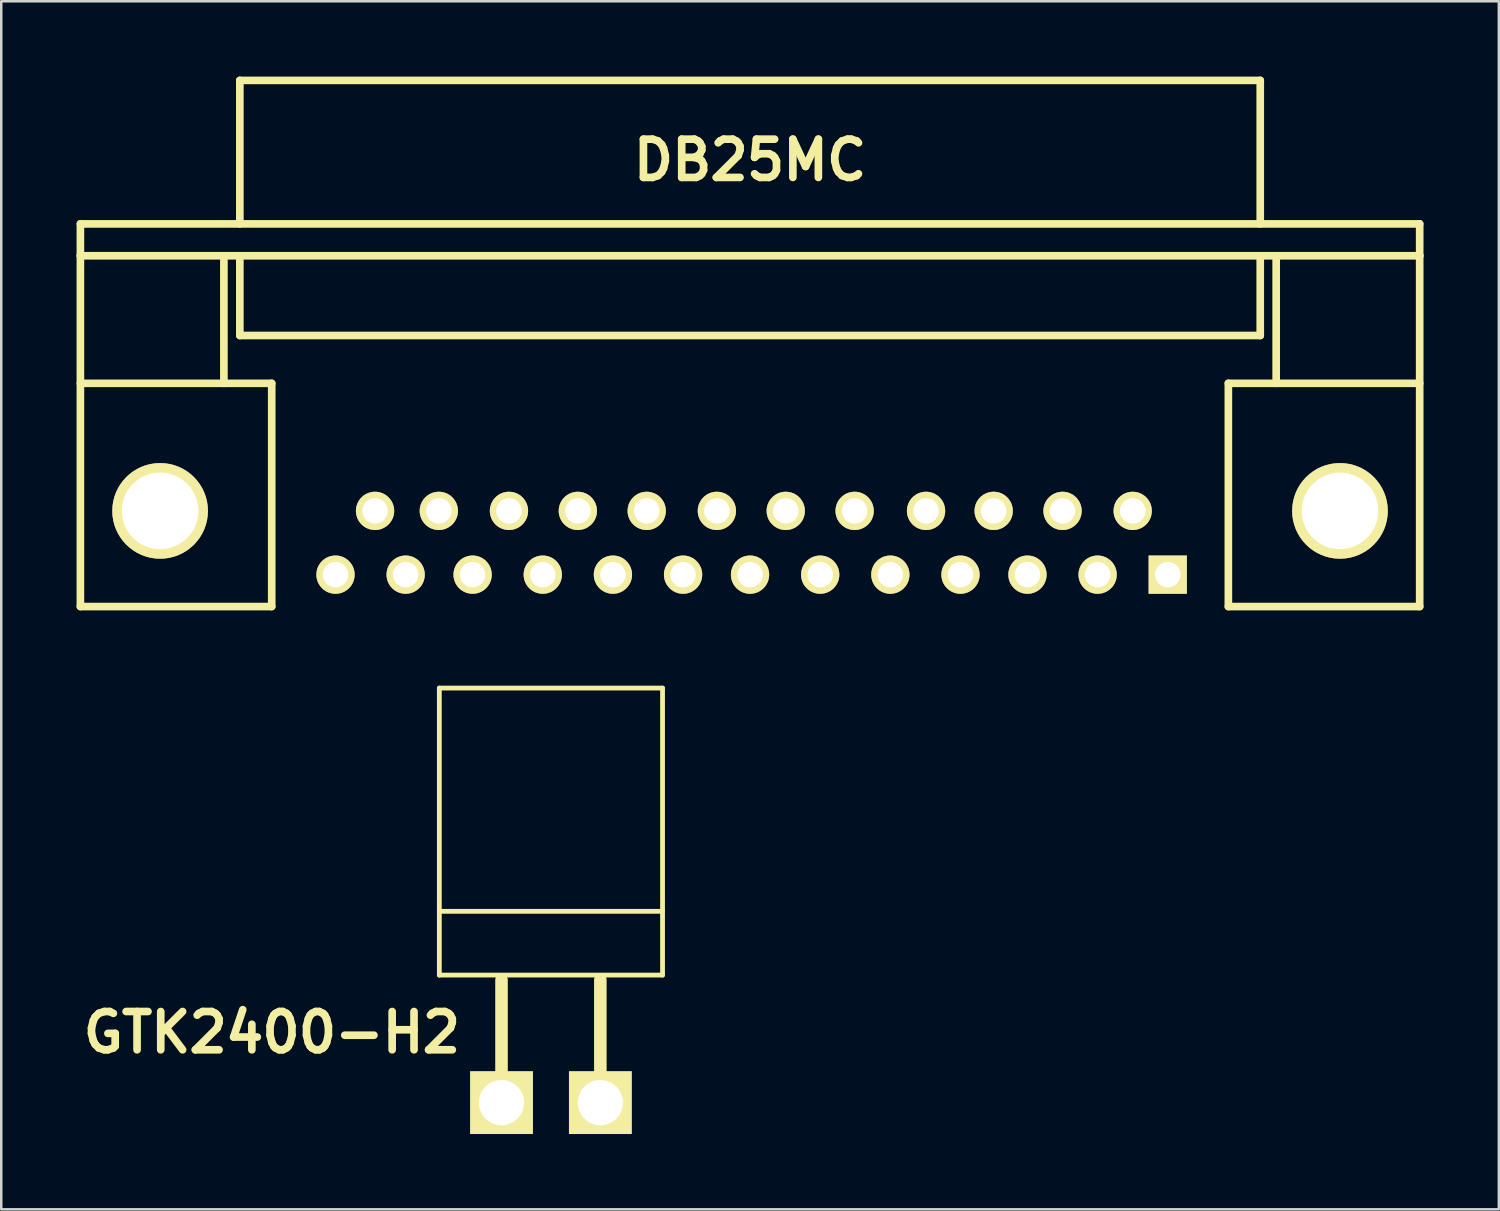
<source format=kicad_pcb>
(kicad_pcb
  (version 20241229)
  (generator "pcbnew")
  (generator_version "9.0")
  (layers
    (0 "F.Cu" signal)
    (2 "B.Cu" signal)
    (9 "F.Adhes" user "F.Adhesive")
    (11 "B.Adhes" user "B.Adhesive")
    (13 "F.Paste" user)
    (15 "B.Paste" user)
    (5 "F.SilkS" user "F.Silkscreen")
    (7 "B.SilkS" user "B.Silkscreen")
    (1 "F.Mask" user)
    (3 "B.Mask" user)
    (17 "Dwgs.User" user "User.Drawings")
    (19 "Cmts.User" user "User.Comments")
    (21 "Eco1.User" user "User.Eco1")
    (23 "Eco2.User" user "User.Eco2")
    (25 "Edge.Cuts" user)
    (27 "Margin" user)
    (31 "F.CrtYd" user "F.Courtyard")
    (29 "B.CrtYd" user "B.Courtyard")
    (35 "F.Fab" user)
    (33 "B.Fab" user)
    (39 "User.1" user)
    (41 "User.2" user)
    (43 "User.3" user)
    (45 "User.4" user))
  (footprint "GTK2400-H2"
    (layer "F.Cu")
    (at 18.892 40.865)
    (property "Reference" "GTK2400-H2" (at -11.113 -2.794 0) (layer "F.SilkS") (effects (font (size 1.524 1.524) (thickness 0.305))))
    (attr through_hole)
    (fp_line (start -4.445 -16.51) (end 4.445 -16.51) (stroke (width 0.191) (type solid)) (layer "F.SilkS"))
    (fp_line (start -4.445 -7.62) (end -4.445 -16.51) (stroke (width 0.191) (type solid)) (layer "F.SilkS"))
    (fp_line (start -4.445 -7.62) (end 4.445 -7.62) (stroke (width 0.191) (type solid)) (layer "F.SilkS"))
    (fp_line (start -4.445 -5.08) (end -4.445 -7.62) (stroke (width 0.191) (type solid)) (layer "F.SilkS"))
    (fp_line (start -1.968 0) (end -1.968 -4.889) (stroke (width 0.5) (type solid)) (layer "F.SilkS"))
    (fp_line (start 1.968 0) (end 1.968 -4.889) (stroke (width 0.5) (type solid)) (layer "F.SilkS"))
    (fp_line (start 4.445 -16.51) (end 4.445 -7.62) (stroke (width 0.191) (type solid)) (layer "F.SilkS"))
    (fp_line (start 4.445 -7.62) (end 4.445 -5.08) (stroke (width 0.191) (type solid)) (layer "F.SilkS"))
    (fp_line (start 4.445 -5.08) (end -4.445 -5.08) (stroke (width 0.191) (type solid)) (layer "F.SilkS"))
    (pad "1" thru_hole rect (at -1.968 0) (size 2.499 2.499) (drill 1.801) (layers "*.Cu" "*.Mask" "F.SilkS"))
    (pad "2" thru_hole rect (at 1.968 0) (size 2.499 2.499) (drill 1.801) (layers "*.Cu" "*.Mask" "F.SilkS")))
  (footprint "DB25MC"
    (layer "F.Cu")
    (at 26.822 18.567)
    (property "Reference" "DB25MC" (at 0 -15.24 0) (layer "F.SilkS") (effects (font (size 1.524 1.524) (thickness 0.305))))
    (attr through_hole)
    (fp_line (start -26.67 -12.7) (end -26.67 -11.43) (stroke (width 0.305) (type solid)) (layer "F.SilkS"))
    (fp_line (start -26.67 -11.43) (end 26.67 -11.43) (stroke (width 0.305) (type solid)) (layer "F.SilkS"))
    (fp_line (start -26.67 -6.35) (end -19.05 -6.35) (stroke (width 0.305) (type solid)) (layer "F.SilkS"))
    (fp_line (start -26.67 2.54) (end -26.67 -11.43) (stroke (width 0.305) (type solid)) (layer "F.SilkS"))
    (fp_line (start -26.67 2.54) (end -19.05 2.54) (stroke (width 0.305) (type solid)) (layer "F.SilkS"))
    (fp_line (start -20.955 -11.43) (end -20.955 -6.35) (stroke (width 0.305) (type solid)) (layer "F.SilkS"))
    (fp_line (start -20.32 -18.415) (end -20.32 -12.7) (stroke (width 0.305) (type solid)) (layer "F.SilkS"))
    (fp_line (start -20.32 -18.415) (end 20.32 -18.415) (stroke (width 0.305) (type solid)) (layer "F.SilkS"))
    (fp_line (start -20.32 -8.255) (end -20.32 -11.43) (stroke (width 0.305) (type solid)) (layer "F.SilkS"))
    (fp_line (start -20.32 -8.255) (end 20.32 -8.255) (stroke (width 0.305) (type solid)) (layer "F.SilkS"))
    (fp_line (start -19.05 -6.35) (end -19.05 2.54) (stroke (width 0.305) (type solid)) (layer "F.SilkS"))
    (fp_line (start 19.05 -6.35) (end 19.05 2.54) (stroke (width 0.305) (type solid)) (layer "F.SilkS"))
    (fp_line (start 19.05 2.54) (end 26.67 2.54) (stroke (width 0.305) (type solid)) (layer "F.SilkS"))
    (fp_line (start 20.32 -18.415) (end 20.32 -12.7) (stroke (width 0.305) (type solid)) (layer "F.SilkS"))
    (fp_line (start 20.32 -8.255) (end 20.32 -11.43) (stroke (width 0.305) (type solid)) (layer "F.SilkS"))
    (fp_line (start 20.955 -11.43) (end 20.955 -6.35) (stroke (width 0.305) (type solid)) (layer "F.SilkS"))
    (fp_line (start 26.67 -12.7) (end -26.67 -12.7) (stroke (width 0.305) (type solid)) (layer "F.SilkS"))
    (fp_line (start 26.67 -11.43) (end 26.67 -12.7) (stroke (width 0.305) (type solid)) (layer "F.SilkS"))
    (fp_line (start 26.67 -11.43) (end 26.67 2.54) (stroke (width 0.305) (type solid)) (layer "F.SilkS"))
    (fp_line (start 26.67 -6.35) (end 19.05 -6.35) (stroke (width 0.305) (type solid)) (layer "F.SilkS"))
    (pad "" thru_hole circle (at -23.495 -1.27) (size 3.81 3.81) (drill 3.048) (layers "*.Cu" "*.Mask" "F.SilkS"))
    (pad "" thru_hole circle (at 23.495 -1.27) (size 3.81 3.81) (drill 3.048) (layers "*.Cu" "*.Mask" "F.SilkS"))
    (pad "1" thru_hole rect (at 16.637 1.27) (size 1.524 1.524) (drill 1.016) (layers "*.Cu" "*.Mask" "F.SilkS"))
    (pad "2" thru_hole circle (at 13.843 1.27) (size 1.524 1.524) (drill 1.016) (layers "*.Cu" "*.Mask" "F.SilkS"))
    (pad "3" thru_hole circle (at 11.049 1.27) (size 1.524 1.524) (drill 1.016) (layers "*.Cu" "*.Mask" "F.SilkS"))
    (pad "4" thru_hole circle (at 8.382 1.27) (size 1.524 1.524) (drill 1.016) (layers "*.Cu" "*.Mask" "F.SilkS"))
    (pad "5" thru_hole circle (at 5.588 1.27) (size 1.524 1.524) (drill 1.016) (layers "*.Cu" "*.Mask" "F.SilkS"))
    (pad "6" thru_hole circle (at 2.794 1.27) (size 1.524 1.524) (drill 1.016) (layers "*.Cu" "*.Mask" "F.SilkS"))
    (pad "7" thru_hole circle (at 0 1.27) (size 1.524 1.524) (drill 1.016) (layers "*.Cu" "*.Mask" "F.SilkS"))
    (pad "8" thru_hole circle (at -2.667 1.27) (size 1.524 1.524) (drill 1.016) (layers "*.Cu" "*.Mask" "F.SilkS"))
    (pad "9" thru_hole circle (at -5.461 1.27) (size 1.524 1.524) (drill 1.016) (layers "*.Cu" "*.Mask" "F.SilkS"))
    (pad "10" thru_hole circle (at -8.255 1.27) (size 1.524 1.524) (drill 1.016) (layers "*.Cu" "*.Mask" "F.SilkS"))
    (pad "11" thru_hole circle (at -11.049 1.27) (size 1.524 1.524) (drill 1.016) (layers "*.Cu" "*.Mask" "F.SilkS"))
    (pad "12" thru_hole circle (at -13.716 1.27) (size 1.524 1.524) (drill 1.016) (layers "*.Cu" "*.Mask" "F.SilkS"))
    (pad "13" thru_hole circle (at -16.51 1.27) (size 1.524 1.524) (drill 1.016) (layers "*.Cu" "*.Mask" "F.SilkS"))
    (pad "14" thru_hole circle (at 15.24 -1.27) (size 1.524 1.524) (drill 1.016) (layers "*.Cu" "*.Mask" "F.SilkS"))
    (pad "15" thru_hole circle (at 12.446 -1.27) (size 1.524 1.524) (drill 1.016) (layers "*.Cu" "*.Mask" "F.SilkS"))
    (pad "16" thru_hole circle (at 9.703 -1.27) (size 1.524 1.524) (drill 1.016) (layers "*.Cu" "*.Mask" "F.SilkS"))
    (pad "17" thru_hole circle (at 7.01 -1.27) (size 1.524 1.524) (drill 1.016) (layers "*.Cu" "*.Mask" "F.SilkS"))
    (pad "18" thru_hole circle (at 4.166 -1.27) (size 1.524 1.524) (drill 1.016) (layers "*.Cu" "*.Mask" "F.SilkS"))
    (pad "19" thru_hole circle (at 1.422 -1.27) (size 1.524 1.524) (drill 1.016) (layers "*.Cu" "*.Mask" "F.SilkS"))
    (pad "20" thru_hole circle (at -1.321 -1.27) (size 1.524 1.524) (drill 1.016) (layers "*.Cu" "*.Mask" "F.SilkS"))
    (pad "21" thru_hole circle (at -4.115 -1.27) (size 1.524 1.524) (drill 1.016) (layers "*.Cu" "*.Mask" "F.SilkS"))
    (pad "22" thru_hole circle (at -6.858 -1.27) (size 1.524 1.524) (drill 1.016) (layers "*.Cu" "*.Mask" "F.SilkS"))
    (pad "23" thru_hole circle (at -9.601 -1.27) (size 1.524 1.524) (drill 1.016) (layers "*.Cu" "*.Mask" "F.SilkS"))
    (pad "24" thru_hole circle (at -12.395 -1.27) (size 1.524 1.524) (drill 1.016) (layers "*.Cu" "*.Mask" "F.SilkS"))
    (pad "25" thru_hole circle (at -14.935 -1.27) (size 1.524 1.524) (drill 1.016) (layers "*.Cu" "*.Mask" "F.SilkS")))
  (gr_rect
    (start -3 -3)
    (end 56.645 45.115)
    (stroke (width 0.1) (type default))
    (fill no)
    (layer "Edge.Cuts")))
</source>
